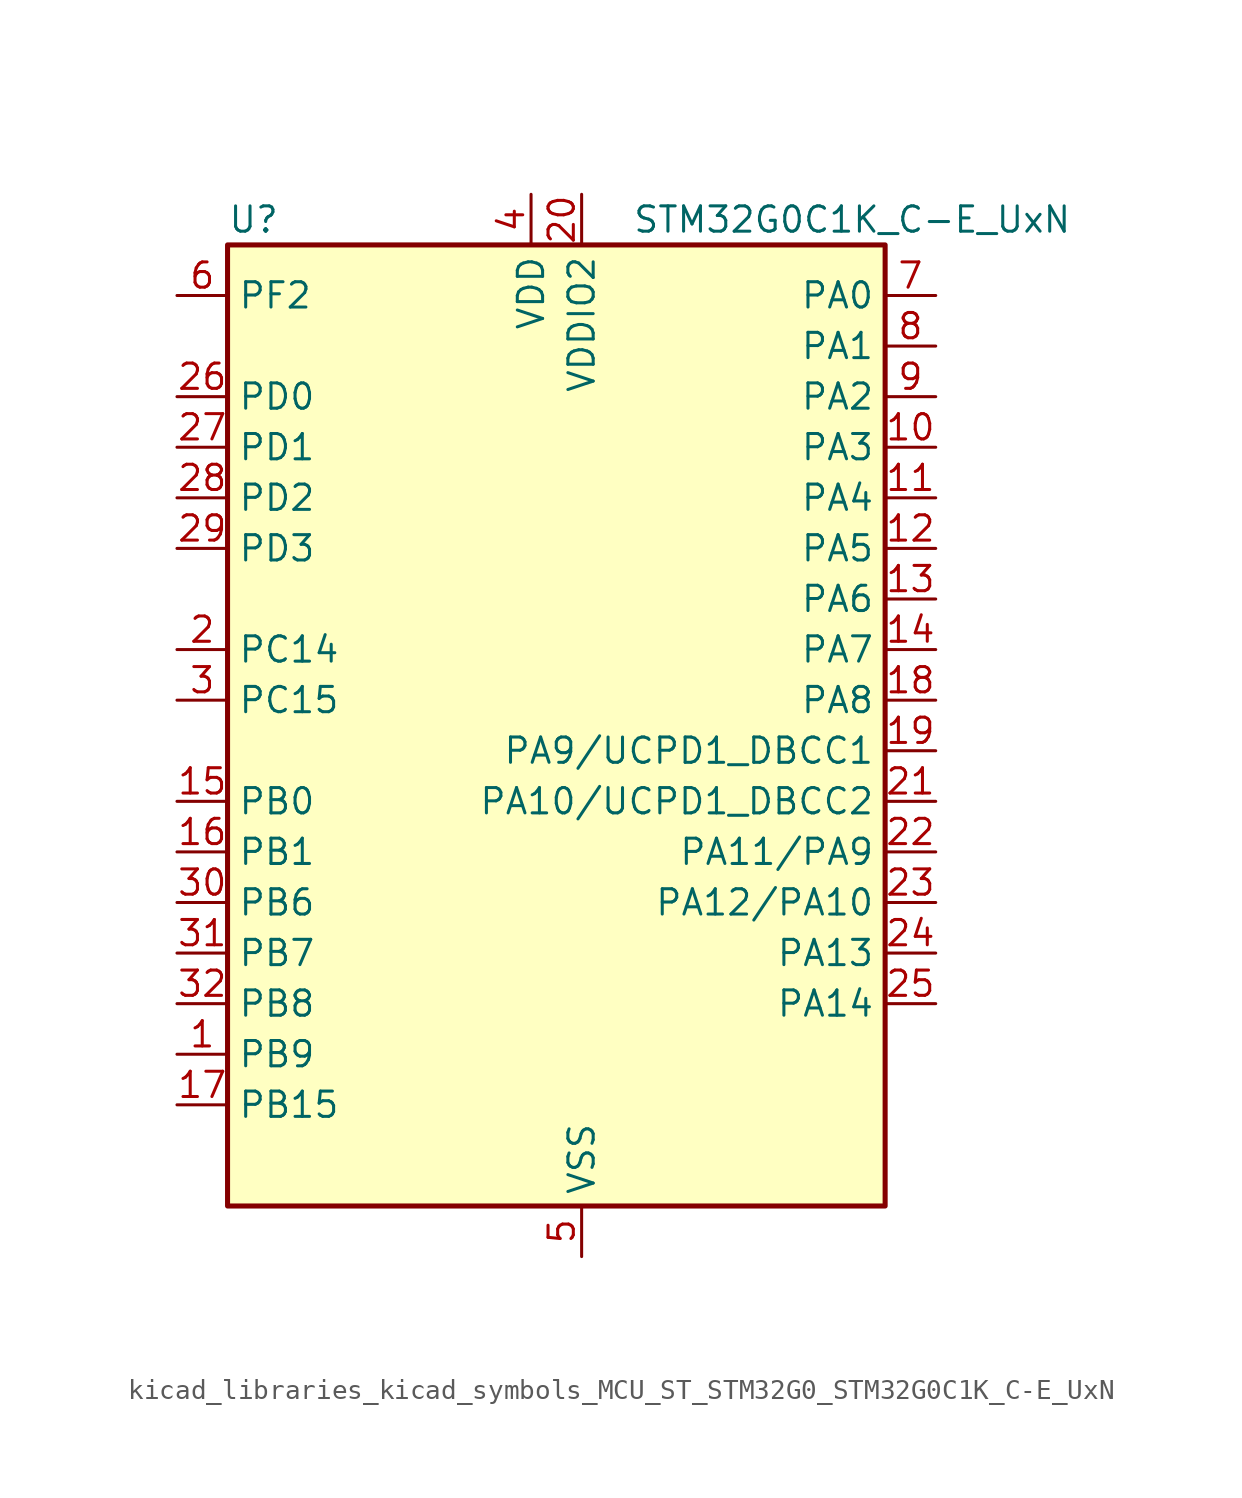
<source format=kicad_sym>
(kicad_symbol_lib
  (version 20220914)
  (generator kicad_symbol_editor)
  (symbol "kicad_libraries_kicad_symbols_MCU_ST_STM32G0_STM32G0C1K_C-E_UxN"
    (property "Reference" "U"
      (at -15.24 26.67 0)
      (effects (font (size 1.27 1.27)) (justify left)))
    (property "Value" "STM32G0C1K_C-E_UxN"
      (at 5.08 26.67 0)
      (effects (font (size 1.27 1.27)) (justify left)))
    (property "ki_locked" ""
      (at 0 0 0)
      (effects (font (size 1.27 1.27))))
    (symbol "kicad_libraries_kicad_symbols_MCU_ST_STM32G0_STM32G0C1K_C-E_UxN_0_1"
      (rectangle (start -15.24 -22.86) (end 17.78 25.4) (stroke (width 0.254) (type default)) (fill (type background))))
    (symbol "kicad_libraries_kicad_symbols_MCU_ST_STM32G0_STM32G0C1K_C-E_UxN_1_1"
      (pin bidirectional line (at -17.78 -15.24 0) (length 2.54) (name "PB9" (effects (font (size 1.27 1.27)))) (number "1" (effects (font (size 1.27 1.27)))) (alternate "DAC1_EXTI9" bidirectional line) (alternate "FDCAN1_TX" bidirectional line) (alternate "I2C1_SDA" bidirectional line) (alternate "I2S2_WS" bidirectional line) (alternate "IR_OUT" bidirectional line) (alternate "SPI2_NSS" bidirectional line) (alternate "TIM17_CH1" bidirectional line) (alternate "TIM4_CH4" bidirectional line) (alternate "UCPD2_FRSTX1" bidirectional line) (alternate "UCPD2_FRSTX2" bidirectional line) (alternate "USART3_RX" bidirectional line) (alternate "USART6_RX" bidirectional line))
      (pin bidirectional line (at 20.32 15.24 180) (length 2.54) (name "PA3" (effects (font (size 1.27 1.27)))) (number "10" (effects (font (size 1.27 1.27)))) (alternate "ADC1_IN3" bidirectional line) (alternate "COMP2_INP" bidirectional line) (alternate "I2S2_MCK" bidirectional line) (alternate "LPUART1_RX" bidirectional line) (alternate "SPI2_MISO" bidirectional line) (alternate "TIM15_CH2" bidirectional line) (alternate "TIM2_CH4" bidirectional line) (alternate "UCPD2_FRSTX1" bidirectional line) (alternate "UCPD2_FRSTX2" bidirectional line) (alternate "USART2_RX" bidirectional line))
      (pin bidirectional line (at 20.32 12.7 180) (length 2.54) (name "PA4" (effects (font (size 1.27 1.27)))) (number "11" (effects (font (size 1.27 1.27)))) (alternate "ADC1_IN4" bidirectional line) (alternate "DAC1_OUT1" bidirectional line) (alternate "I2S1_WS" bidirectional line) (alternate "I2S2_SD" bidirectional line) (alternate "LPTIM2_OUT" bidirectional line) (alternate "RTC_OUT1" bidirectional line) (alternate "RTC_TAMP_IN1" bidirectional line) (alternate "RTC_TS" bidirectional line) (alternate "SPI1_NSS" bidirectional line) (alternate "SPI2_MOSI" bidirectional line) (alternate "SYS_WKUP2" bidirectional line) (alternate "TIM14_CH1" bidirectional line) (alternate "UCPD2_FRSTX1" bidirectional line) (alternate "UCPD2_FRSTX2" bidirectional line) (alternate "USART6_TX" bidirectional line) (alternate "USB_NOE" bidirectional line))
      (pin bidirectional line (at 20.32 10.16 180) (length 2.54) (name "PA5" (effects (font (size 1.27 1.27)))) (number "12" (effects (font (size 1.27 1.27)))) (alternate "ADC1_IN5" bidirectional line) (alternate "CEC" bidirectional line) (alternate "DAC1_OUT2" bidirectional line) (alternate "I2S1_CK" bidirectional line) (alternate "LPTIM2_ETR" bidirectional line) (alternate "SPI1_SCK" bidirectional line) (alternate "TIM2_CH1" bidirectional line) (alternate "TIM2_ETR" bidirectional line) (alternate "UCPD1_FRSTX1" bidirectional line) (alternate "UCPD1_FRSTX2" bidirectional line) (alternate "USART3_TX" bidirectional line) (alternate "USART6_RX" bidirectional line))
      (pin bidirectional line (at 20.32 7.62 180) (length 2.54) (name "PA6" (effects (font (size 1.27 1.27)))) (number "13" (effects (font (size 1.27 1.27)))) (alternate "ADC1_IN6" bidirectional line) (alternate "COMP1_OUT" bidirectional line) (alternate "I2C2_SDA" bidirectional line) (alternate "I2C3_SDA" bidirectional line) (alternate "I2S1_MCK" bidirectional line) (alternate "LPUART1_CTS" bidirectional line) (alternate "SPI1_MISO" bidirectional line) (alternate "TIM16_CH1" bidirectional line) (alternate "TIM1_BK" bidirectional line) (alternate "TIM3_CH1" bidirectional line) (alternate "USART3_CTS" bidirectional line) (alternate "USART3_NSS" bidirectional line) (alternate "USART6_CTS" bidirectional line) (alternate "USART6_NSS" bidirectional line))
      (pin bidirectional line (at 20.32 5.08 180) (length 2.54) (name "PA7" (effects (font (size 1.27 1.27)))) (number "14" (effects (font (size 1.27 1.27)))) (alternate "ADC1_IN7" bidirectional line) (alternate "COMP2_OUT" bidirectional line) (alternate "I2C2_SCL" bidirectional line) (alternate "I2C3_SCL" bidirectional line) (alternate "I2S1_SD" bidirectional line) (alternate "SPI1_MOSI" bidirectional line) (alternate "TIM14_CH1" bidirectional line) (alternate "TIM17_CH1" bidirectional line) (alternate "TIM1_CH1N" bidirectional line) (alternate "TIM3_CH2" bidirectional line) (alternate "UCPD1_FRSTX1" bidirectional line) (alternate "UCPD1_FRSTX2" bidirectional line) (alternate "USART6_CK" bidirectional line) (alternate "USART6_DE" bidirectional line) (alternate "USART6_RTS" bidirectional line))
      (pin bidirectional line (at -17.78 -2.54 0) (length 2.54) (name "PB0" (effects (font (size 1.27 1.27)))) (number "15" (effects (font (size 1.27 1.27)))) (alternate "ADC1_IN8" bidirectional line) (alternate "COMP1_OUT" bidirectional line) (alternate "COMP3_INP" bidirectional line) (alternate "FDCAN2_RX" bidirectional line) (alternate "I2S1_WS" bidirectional line) (alternate "LPTIM1_OUT" bidirectional line) (alternate "LPUART2_CTS" bidirectional line) (alternate "SPI1_NSS" bidirectional line) (alternate "TIM1_CH2N" bidirectional line) (alternate "TIM3_CH3" bidirectional line) (alternate "UCPD1_FRSTX1" bidirectional line) (alternate "UCPD1_FRSTX2" bidirectional line) (alternate "USART3_RX" bidirectional line) (alternate "USART5_TX" bidirectional line))
      (pin bidirectional line (at -17.78 -5.08 0) (length 2.54) (name "PB1" (effects (font (size 1.27 1.27)))) (number "16" (effects (font (size 1.27 1.27)))) (alternate "ADC1_IN9" bidirectional line) (alternate "COMP1_INM" bidirectional line) (alternate "COMP3_OUT" bidirectional line) (alternate "FDCAN2_TX" bidirectional line) (alternate "LPTIM2_IN1" bidirectional line) (alternate "LPUART1_DE" bidirectional line) (alternate "LPUART1_RTS" bidirectional line) (alternate "LPUART2_DE" bidirectional line) (alternate "LPUART2_RTS" bidirectional line) (alternate "TIM14_CH1" bidirectional line) (alternate "TIM1_CH3N" bidirectional line) (alternate "TIM3_CH4" bidirectional line) (alternate "USART3_CK" bidirectional line) (alternate "USART3_DE" bidirectional line) (alternate "USART3_RTS" bidirectional line) (alternate "USART5_RX" bidirectional line))
      (pin bidirectional line (at -17.78 -17.78 0) (length 2.54) (name "PB15" (effects (font (size 1.27 1.27)))) (number "17" (effects (font (size 1.27 1.27)))) (alternate "I2S2_SD" bidirectional line) (alternate "RTC_REFIN" bidirectional line) (alternate "SPI2_MOSI" bidirectional line) (alternate "TIM15_CH1N" bidirectional line) (alternate "TIM15_CH2" bidirectional line) (alternate "TIM1_CH3N" bidirectional line) (alternate "UCPD1_CC2" bidirectional line) (alternate "USART6_CTS" bidirectional line) (alternate "USART6_NSS" bidirectional line))
      (pin bidirectional line (at 20.32 2.54 180) (length 2.54) (name "PA8" (effects (font (size 1.27 1.27)))) (number "18" (effects (font (size 1.27 1.27)))) (alternate "CRS1_SYNC" bidirectional line) (alternate "I2C2_SMBA" bidirectional line) (alternate "I2S2_WS" bidirectional line) (alternate "LPTIM2_OUT" bidirectional line) (alternate "RCC_MCO" bidirectional line) (alternate "SPI2_NSS" bidirectional line) (alternate "TIM1_CH1" bidirectional line) (alternate "UCPD1_CC1" bidirectional line))
      (pin bidirectional line (at 20.32 0 180) (length 2.54) (name "PA9/UCPD1_DBCC1" (effects (font (size 1.27 1.27)))) (number "19" (effects (font (size 1.27 1.27)))) (alternate "DAC1_EXTI9" bidirectional line) (alternate "I2C1_SCL" bidirectional line) (alternate "I2C2_SCL" bidirectional line) (alternate "I2S2_MCK" bidirectional line) (alternate "RCC_MCO" bidirectional line) (alternate "SPI2_MISO" bidirectional line) (alternate "TIM15_BK" bidirectional line) (alternate "TIM1_CH2" bidirectional line) (alternate "UCPD1_DBCC1" bidirectional line) (alternate "USART1_TX" bidirectional line))
      (pin bidirectional line (at -17.78 5.08 0) (length 2.54) (name "PC14" (effects (font (size 1.27 1.27)))) (number "2" (effects (font (size 1.27 1.27)))) (alternate "RCC_OSC32_IN" bidirectional line) (alternate "RCC_OSC_IN" bidirectional line) (alternate "TIM1_BK2" bidirectional line))
      (pin power_in line (at 2.54 27.94 270) (length 2.54) (name "VDDIO2" (effects (font (size 1.27 1.27)))) (number "20" (effects (font (size 1.27 1.27)))))
      (pin bidirectional line (at 20.32 -2.54 180) (length 2.54) (name "PA10/UCPD1_DBCC2" (effects (font (size 1.27 1.27)))) (number "21" (effects (font (size 1.27 1.27)))) (alternate "I2C1_SDA" bidirectional line) (alternate "I2C2_SDA" bidirectional line) (alternate "I2S2_SD" bidirectional line) (alternate "RCC_MCO_2" bidirectional line) (alternate "SPI2_MOSI" bidirectional line) (alternate "TIM17_BK" bidirectional line) (alternate "TIM1_CH3" bidirectional line) (alternate "UCPD1_DBCC2" bidirectional line) (alternate "USART1_RX" bidirectional line))
      (pin bidirectional line (at 20.32 -5.08 180) (length 2.54) (name "PA11/PA9" (effects (font (size 1.27 1.27)))) (number "22" (effects (font (size 1.27 1.27)))) (alternate "ADC1_EXTI11" bidirectional line) (alternate "COMP1_OUT" bidirectional line) (alternate "FDCAN1_RX" bidirectional line) (alternate "I2C2_SCL" bidirectional line) (alternate "I2S1_MCK" bidirectional line) (alternate "SPI1_MISO" bidirectional line) (alternate "TIM1_BK2" bidirectional line) (alternate "TIM1_CH4" bidirectional line) (alternate "USART1_CTS" bidirectional line) (alternate "USART1_NSS" bidirectional line) (alternate "USB_DM" bidirectional line))
      (pin bidirectional line (at 20.32 -7.62 180) (length 2.54) (name "PA12/PA10" (effects (font (size 1.27 1.27)))) (number "23" (effects (font (size 1.27 1.27)))) (alternate "COMP2_OUT" bidirectional line) (alternate "FDCAN1_TX" bidirectional line) (alternate "I2C2_SDA" bidirectional line) (alternate "I2S1_SD" bidirectional line) (alternate "I2S_CKIN" bidirectional line) (alternate "SPI1_MOSI" bidirectional line) (alternate "TIM1_ETR" bidirectional line) (alternate "USART1_CK" bidirectional line) (alternate "USART1_DE" bidirectional line) (alternate "USART1_RTS" bidirectional line) (alternate "USB_DP" bidirectional line))
      (pin bidirectional line (at 20.32 -10.16 180) (length 2.54) (name "PA13" (effects (font (size 1.27 1.27)))) (number "24" (effects (font (size 1.27 1.27)))) (alternate "IR_OUT" bidirectional line) (alternate "LPUART2_RX" bidirectional line) (alternate "SYS_SWDIO" bidirectional line) (alternate "USB_NOE" bidirectional line))
      (pin bidirectional line (at 20.32 -12.7 180) (length 2.54) (name "PA14" (effects (font (size 1.27 1.27)))) (number "25" (effects (font (size 1.27 1.27)))) (alternate "LPUART2_TX" bidirectional line) (alternate "SYS_SWCLK" bidirectional line) (alternate "USART2_TX" bidirectional line))
      (pin bidirectional line (at -17.78 17.78 0) (length 2.54) (name "PD0" (effects (font (size 1.27 1.27)))) (number "26" (effects (font (size 1.27 1.27)))) (alternate "FDCAN1_RX" bidirectional line) (alternate "I2S2_WS" bidirectional line) (alternate "SPI2_NSS" bidirectional line) (alternate "TIM16_CH1" bidirectional line) (alternate "UCPD2_CC1" bidirectional line))
      (pin bidirectional line (at -17.78 15.24 0) (length 2.54) (name "PD1" (effects (font (size 1.27 1.27)))) (number "27" (effects (font (size 1.27 1.27)))) (alternate "FDCAN1_TX" bidirectional line) (alternate "I2S2_CK" bidirectional line) (alternate "SPI2_SCK" bidirectional line) (alternate "TIM17_CH1" bidirectional line) (alternate "UCPD2_DBCC1" bidirectional line))
      (pin bidirectional line (at -17.78 12.7 0) (length 2.54) (name "PD2" (effects (font (size 1.27 1.27)))) (number "28" (effects (font (size 1.27 1.27)))) (alternate "TIM1_CH1N" bidirectional line) (alternate "TIM3_ETR" bidirectional line) (alternate "UCPD2_CC2" bidirectional line) (alternate "USART3_CK" bidirectional line) (alternate "USART3_DE" bidirectional line) (alternate "USART3_RTS" bidirectional line) (alternate "USART5_RX" bidirectional line))
      (pin bidirectional line (at -17.78 10.16 0) (length 2.54) (name "PD3" (effects (font (size 1.27 1.27)))) (number "29" (effects (font (size 1.27 1.27)))) (alternate "I2S2_MCK" bidirectional line) (alternate "SPI2_MISO" bidirectional line) (alternate "TIM1_CH2N" bidirectional line) (alternate "UCPD2_DBCC2" bidirectional line) (alternate "USART2_CTS" bidirectional line) (alternate "USART2_NSS" bidirectional line) (alternate "USART5_TX" bidirectional line))
      (pin bidirectional line (at -17.78 2.54 0) (length 2.54) (name "PC15" (effects (font (size 1.27 1.27)))) (number "3" (effects (font (size 1.27 1.27)))) (alternate "RCC_OSC32_EN" bidirectional line) (alternate "RCC_OSC32_OUT" bidirectional line) (alternate "RCC_OSC_EN" bidirectional line) (alternate "TIM15_BK" bidirectional line))
      (pin bidirectional line (at -17.78 -7.62 0) (length 2.54) (name "PB6" (effects (font (size 1.27 1.27)))) (number "30" (effects (font (size 1.27 1.27)))) (alternate "COMP2_INP" bidirectional line) (alternate "FDCAN2_TX" bidirectional line) (alternate "I2C1_SCL" bidirectional line) (alternate "I2S2_MCK" bidirectional line) (alternate "LPTIM1_ETR" bidirectional line) (alternate "LPUART2_TX" bidirectional line) (alternate "SPI2_MISO" bidirectional line) (alternate "TIM16_CH1N" bidirectional line) (alternate "TIM1_CH3" bidirectional line) (alternate "TIM4_CH1" bidirectional line) (alternate "USART1_TX" bidirectional line) (alternate "USART5_CTS" bidirectional line) (alternate "USART5_NSS" bidirectional line))
      (pin bidirectional line (at -17.78 -10.16 0) (length 2.54) (name "PB7" (effects (font (size 1.27 1.27)))) (number "31" (effects (font (size 1.27 1.27)))) (alternate "COMP2_INM" bidirectional line) (alternate "I2C1_SDA" bidirectional line) (alternate "I2S2_SD" bidirectional line) (alternate "LPTIM1_IN2" bidirectional line) (alternate "LPUART2_RX" bidirectional line) (alternate "SPI2_MOSI" bidirectional line) (alternate "SYS_PVD_IN" bidirectional line) (alternate "TIM17_CH1N" bidirectional line) (alternate "TIM4_CH2" bidirectional line) (alternate "USART1_RX" bidirectional line) (alternate "USART4_CTS" bidirectional line) (alternate "USART4_NSS" bidirectional line))
      (pin bidirectional line (at -17.78 -12.7 0) (length 2.54) (name "PB8" (effects (font (size 1.27 1.27)))) (number "32" (effects (font (size 1.27 1.27)))) (alternate "CEC" bidirectional line) (alternate "FDCAN1_RX" bidirectional line) (alternate "I2C1_SCL" bidirectional line) (alternate "I2S2_CK" bidirectional line) (alternate "SPI2_SCK" bidirectional line) (alternate "TIM15_BK" bidirectional line) (alternate "TIM16_CH1" bidirectional line) (alternate "TIM4_CH3" bidirectional line) (alternate "USART3_TX" bidirectional line) (alternate "USART6_TX" bidirectional line))
      (pin passive line (at 2.54 -25.4 90) (length 2.54) hide (name "VSS" (effects (font (size 1.27 1.27)))) (number "33" (effects (font (size 1.27 1.27)))))
      (pin power_in line (at 0 27.94 270) (length 2.54) (name "VDD" (effects (font (size 1.27 1.27)))) (number "4" (effects (font (size 1.27 1.27)))))
      (pin power_in line (at 2.54 -25.4 90) (length 2.54) (name "VSS" (effects (font (size 1.27 1.27)))) (number "5" (effects (font (size 1.27 1.27)))))
      (pin bidirectional line (at -17.78 22.86 0) (length 2.54) (name "PF2" (effects (font (size 1.27 1.27)))) (number "6" (effects (font (size 1.27 1.27)))) (alternate "LPUART2_DE" bidirectional line) (alternate "LPUART2_RTS" bidirectional line) (alternate "LPUART2_TX" bidirectional line) (alternate "RCC_MCO" bidirectional line))
      (pin bidirectional line (at 20.32 22.86 180) (length 2.54) (name "PA0" (effects (font (size 1.27 1.27)))) (number "7" (effects (font (size 1.27 1.27)))) (alternate "ADC1_IN0" bidirectional line) (alternate "COMP1_INM" bidirectional line) (alternate "COMP1_OUT" bidirectional line) (alternate "I2S2_CK" bidirectional line) (alternate "LPTIM1_OUT" bidirectional line) (alternate "RTC_TAMP_IN2" bidirectional line) (alternate "SPI2_SCK" bidirectional line) (alternate "SYS_WKUP1" bidirectional line) (alternate "TIM2_CH1" bidirectional line) (alternate "TIM2_ETR" bidirectional line) (alternate "UCPD2_FRSTX1" bidirectional line) (alternate "UCPD2_FRSTX2" bidirectional line) (alternate "USART2_CTS" bidirectional line) (alternate "USART2_NSS" bidirectional line) (alternate "USART4_TX" bidirectional line))
      (pin bidirectional line (at 20.32 20.32 180) (length 2.54) (name "PA1" (effects (font (size 1.27 1.27)))) (number "8" (effects (font (size 1.27 1.27)))) (alternate "ADC1_IN1" bidirectional line) (alternate "COMP1_INP" bidirectional line) (alternate "I2C1_SMBA" bidirectional line) (alternate "I2S1_CK" bidirectional line) (alternate "SPI1_SCK" bidirectional line) (alternate "TIM15_CH1N" bidirectional line) (alternate "TIM2_CH2" bidirectional line) (alternate "USART2_CK" bidirectional line) (alternate "USART2_DE" bidirectional line) (alternate "USART2_RTS" bidirectional line) (alternate "USART4_RX" bidirectional line))
      (pin bidirectional line (at 20.32 17.78 180) (length 2.54) (name "PA2" (effects (font (size 1.27 1.27)))) (number "9" (effects (font (size 1.27 1.27)))) (alternate "ADC1_IN2" bidirectional line) (alternate "COMP2_INM" bidirectional line) (alternate "COMP2_OUT" bidirectional line) (alternate "I2S1_SD" bidirectional line) (alternate "LPUART1_TX" bidirectional line) (alternate "RCC_LSCO" bidirectional line) (alternate "SPI1_MOSI" bidirectional line) (alternate "SYS_WKUP4" bidirectional line) (alternate "TIM15_CH1" bidirectional line) (alternate "TIM2_CH3" bidirectional line) (alternate "UCPD1_FRSTX1" bidirectional line) (alternate "UCPD1_FRSTX2" bidirectional line) (alternate "USART2_TX" bidirectional line)))))
</source>
